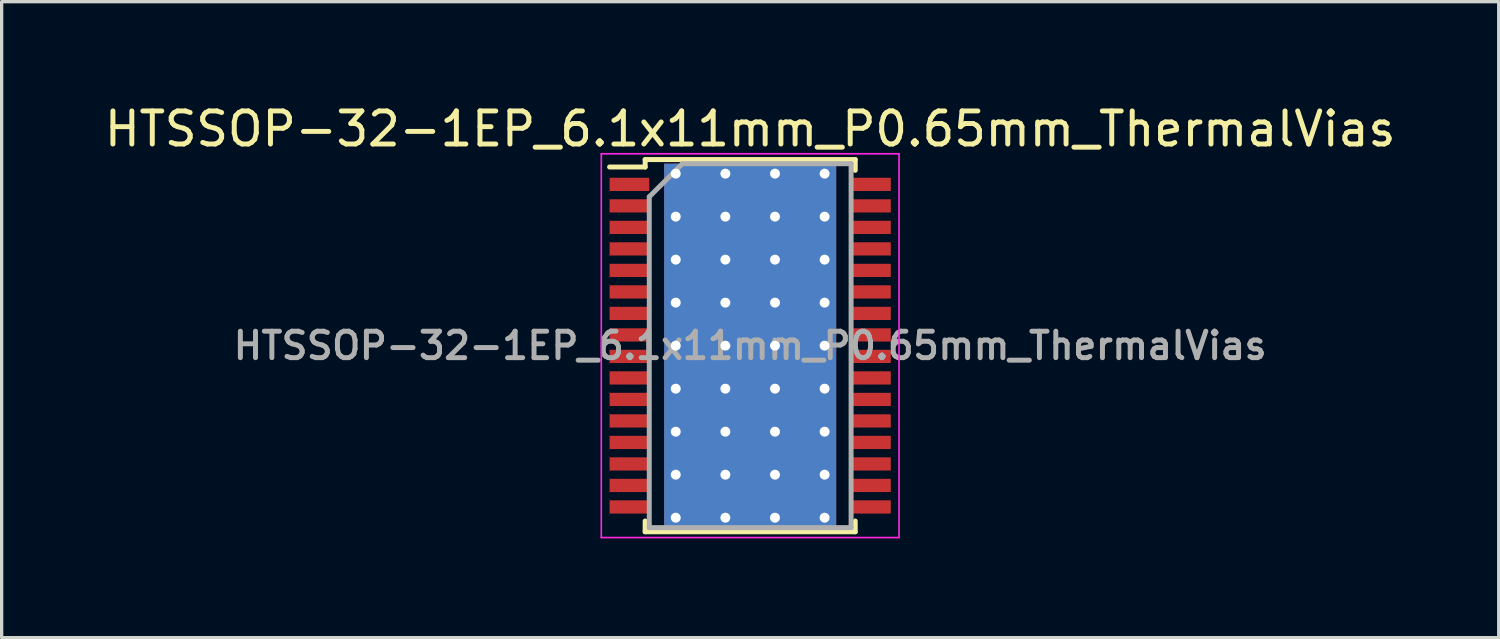
<source format=kicad_pcb>
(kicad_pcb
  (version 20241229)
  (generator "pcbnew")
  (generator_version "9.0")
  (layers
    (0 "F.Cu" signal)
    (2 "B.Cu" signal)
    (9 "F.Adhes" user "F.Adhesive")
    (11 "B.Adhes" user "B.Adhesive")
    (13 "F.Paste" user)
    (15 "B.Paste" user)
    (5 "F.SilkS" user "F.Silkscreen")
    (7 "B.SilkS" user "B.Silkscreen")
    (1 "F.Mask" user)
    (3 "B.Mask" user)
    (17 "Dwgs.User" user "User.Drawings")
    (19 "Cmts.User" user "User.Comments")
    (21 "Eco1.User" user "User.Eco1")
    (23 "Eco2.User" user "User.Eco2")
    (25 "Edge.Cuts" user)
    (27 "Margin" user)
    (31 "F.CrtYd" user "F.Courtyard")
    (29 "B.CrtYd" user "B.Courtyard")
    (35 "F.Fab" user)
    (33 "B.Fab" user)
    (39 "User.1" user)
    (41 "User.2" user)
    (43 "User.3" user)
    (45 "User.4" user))
  (footprint "HTSSOP-32-1EP_6.1x11mm_P0.65mm_ThermalVias"
    (layer "F.Cu")
    (at 19.625 7.398)
    (property "Reference" "HTSSOP-32-1EP_6.1x11mm_P0.65mm_ThermalVias" (at 0 -6.55 0) (layer "F.SilkS") (effects (font (size 1 1) (thickness 0.15))))
    (attr smd)
    (fp_line (start -4.25 -5.4) (end -3.175 -5.4) (stroke (width 0.15) (type solid)) (layer "F.SilkS"))
    (fp_line (start -3.175 -5.625) (end 3.175 -5.625) (stroke (width 0.15) (type solid)) (layer "F.SilkS"))
    (fp_line (start -3.175 -5.4) (end -3.175 -5.625) (stroke (width 0.15) (type solid)) (layer "F.SilkS"))
    (fp_line (start -3.175 5.3) (end -3.175 5.625) (stroke (width 0.15) (type solid)) (layer "F.SilkS"))
    (fp_line (start -3.175 5.625) (end 3.175 5.625) (stroke (width 0.15) (type solid)) (layer "F.SilkS"))
    (fp_line (start 3.175 -5.625) (end 3.175 -5.3) (stroke (width 0.15) (type solid)) (layer "F.SilkS"))
    (fp_line (start 3.175 5.625) (end 3.175 5.3) (stroke (width 0.15) (type solid)) (layer "F.SilkS"))
    (fp_line (start -4.5 -5.8) (end -4.5 5.8) (stroke (width 0.05) (type solid)) (layer "F.CrtYd"))
    (fp_line (start -4.5 5.8) (end 4.5 5.8) (stroke (width 0.05) (type solid)) (layer "F.CrtYd"))
    (fp_line (start 4.5 -5.8) (end -4.5 -5.8) (stroke (width 0.05) (type solid)) (layer "F.CrtYd"))
    (fp_line (start 4.5 5.8) (end 4.5 -5.8) (stroke (width 0.05) (type solid)) (layer "F.CrtYd"))
    (fp_line (start -3.05 -4.5) (end -2.05 -5.5) (stroke (width 0.15) (type solid)) (layer "F.Fab"))
    (fp_line (start -3.05 5.5) (end -3.05 -4.5) (stroke (width 0.15) (type solid)) (layer "F.Fab"))
    (fp_line (start -2.05 -5.5) (end 3.05 -5.5) (stroke (width 0.15) (type solid)) (layer "F.Fab"))
    (fp_line (start 3.05 -5.5) (end 3.05 5.5) (stroke (width 0.15) (type solid)) (layer "F.Fab"))
    (fp_line (start 3.05 5.5) (end -3.05 5.5) (stroke (width 0.15) (type solid)) (layer "F.Fab"))
    (fp_text user "${REFERENCE}" (at 0 0 0) (layer "F.Fab") (effects (font (size 0.8 0.8) (thickness 0.15))))
    (pad "" smd rect (at -1.365 -1.725) (size 0.93 0.55) (layers "F.Paste"))
    (pad "" smd rect (at -1.365 -0.65) (size 0.93 1) (layers "F.Paste"))
    (pad "" smd rect (at -1.365 0.65) (size 0.93 1) (layers "F.Paste"))
    (pad "" smd rect (at -1.365 1.725) (size 0.93 0.55) (layers "F.Paste"))
    (pad "" smd rect (at 0 -1.725) (size 1.2 0.55) (layers "F.Paste"))
    (pad "" smd rect (at 0 -0.65) (size 1.2 1) (layers "F.Paste"))
    (pad "" smd rect (at 0 0) (size 4.11 4.36) (layers "F.Mask"))
    (pad "" smd rect (at 0 0.65) (size 1.2 1) (layers "F.Paste"))
    (pad "" smd rect (at 0 1.725) (size 1.2 0.55) (layers "F.Paste"))
    (pad "" smd rect (at 1.365 -1.725) (size 0.93 0.55) (layers "F.Paste"))
    (pad "" smd rect (at 1.365 -0.65) (size 0.93 1) (layers "F.Paste"))
    (pad "" smd rect (at 1.365 0.65) (size 0.93 1) (layers "F.Paste"))
    (pad "" smd rect (at 1.365 1.725) (size 0.93 0.55) (layers "F.Paste"))
    (pad "1" smd rect (at -3.65 -4.875) (size 1.2 0.4) (layers "F.Cu" "F.Mask" "F.Paste"))
    (pad "2" smd rect (at -3.65 -4.225) (size 1.2 0.4) (layers "F.Cu" "F.Mask" "F.Paste"))
    (pad "3" smd rect (at -3.65 -3.575) (size 1.2 0.4) (layers "F.Cu" "F.Mask" "F.Paste"))
    (pad "4" smd rect (at -3.65 -2.925) (size 1.2 0.4) (layers "F.Cu" "F.Mask" "F.Paste"))
    (pad "5" smd rect (at -3.65 -2.275) (size 1.2 0.4) (layers "F.Cu" "F.Mask" "F.Paste"))
    (pad "6" smd rect (at -3.65 -1.625) (size 1.2 0.4) (layers "F.Cu" "F.Mask" "F.Paste"))
    (pad "7" smd rect (at -3.65 -0.975) (size 1.2 0.4) (layers "F.Cu" "F.Mask" "F.Paste"))
    (pad "8" smd rect (at -3.65 -0.325) (size 1.2 0.4) (layers "F.Cu" "F.Mask" "F.Paste"))
    (pad "9" smd rect (at -3.65 0.325) (size 1.2 0.4) (layers "F.Cu" "F.Mask" "F.Paste"))
    (pad "10" smd rect (at -3.65 0.975) (size 1.2 0.4) (layers "F.Cu" "F.Mask" "F.Paste"))
    (pad "11" smd rect (at -3.65 1.625) (size 1.2 0.4) (layers "F.Cu" "F.Mask" "F.Paste"))
    (pad "12" smd rect (at -3.65 2.275) (size 1.2 0.4) (layers "F.Cu" "F.Mask" "F.Paste"))
    (pad "13" smd rect (at -3.65 2.925) (size 1.2 0.4) (layers "F.Cu" "F.Mask" "F.Paste"))
    (pad "14" smd rect (at -3.65 3.575) (size 1.2 0.4) (layers "F.Cu" "F.Mask" "F.Paste"))
    (pad "15" smd rect (at -3.65 4.225) (size 1.2 0.4) (layers "F.Cu" "F.Mask" "F.Paste"))
    (pad "16" smd rect (at -3.65 4.875) (size 1.2 0.4) (layers "F.Cu" "F.Mask" "F.Paste"))
    (pad "17" smd rect (at 3.65 4.875) (size 1.2 0.4) (layers "F.Cu" "F.Mask" "F.Paste"))
    (pad "18" smd rect (at 3.65 4.225) (size 1.2 0.4) (layers "F.Cu" "F.Mask" "F.Paste"))
    (pad "19" smd rect (at 3.65 3.575) (size 1.2 0.4) (layers "F.Cu" "F.Mask" "F.Paste"))
    (pad "20" smd rect (at 3.65 2.925) (size 1.2 0.4) (layers "F.Cu" "F.Mask" "F.Paste"))
    (pad "21" smd rect (at 3.65 2.275) (size 1.2 0.4) (layers "F.Cu" "F.Mask" "F.Paste"))
    (pad "22" smd rect (at 3.65 1.625) (size 1.2 0.4) (layers "F.Cu" "F.Mask" "F.Paste"))
    (pad "23" smd rect (at 3.65 0.975) (size 1.2 0.4) (layers "F.Cu" "F.Mask" "F.Paste"))
    (pad "24" smd rect (at 3.65 0.325) (size 1.2 0.4) (layers "F.Cu" "F.Mask" "F.Paste"))
    (pad "25" smd rect (at 3.65 -0.325) (size 1.2 0.4) (layers "F.Cu" "F.Mask" "F.Paste"))
    (pad "26" smd rect (at 3.65 -0.975) (size 1.2 0.4) (layers "F.Cu" "F.Mask" "F.Paste"))
    (pad "27" smd rect (at 3.65 -1.625) (size 1.2 0.4) (layers "F.Cu" "F.Mask" "F.Paste"))
    (pad "28" smd rect (at 3.65 -2.275) (size 1.2 0.4) (layers "F.Cu" "F.Mask" "F.Paste"))
    (pad "29" smd rect (at 3.65 -2.925) (size 1.2 0.4) (layers "F.Cu" "F.Mask" "F.Paste"))
    (pad "30" smd rect (at 3.65 -3.575) (size 1.2 0.4) (layers "F.Cu" "F.Mask" "F.Paste"))
    (pad "31" smd rect (at 3.65 -4.225) (size 1.2 0.4) (layers "F.Cu" "F.Mask" "F.Paste"))
    (pad "32" smd rect (at 3.65 -4.875) (size 1.2 0.4) (layers "F.Cu" "F.Mask" "F.Paste"))
    (pad "33" thru_hole circle (at -2.25 -5.2) (size 0.6 0.6) (drill 0.3) (layers "*.Cu"))
    (pad "33" thru_hole circle (at -2.25 -3.9) (size 0.6 0.6) (drill 0.3) (layers "*.Cu"))
    (pad "33" thru_hole circle (at -2.25 -2.6) (size 0.6 0.6) (drill 0.3) (layers "*.Cu"))
    (pad "33" thru_hole circle (at -2.25 -1.3) (size 0.6 0.6) (drill 0.3) (layers "*.Cu"))
    (pad "33" thru_hole circle (at -2.25 0) (size 0.6 0.6) (drill 0.3) (layers "*.Cu"))
    (pad "33" thru_hole circle (at -2.25 1.3) (size 0.6 0.6) (drill 0.3) (layers "*.Cu"))
    (pad "33" thru_hole circle (at -2.25 2.6) (size 0.6 0.6) (drill 0.3) (layers "*.Cu"))
    (pad "33" thru_hole circle (at -2.25 3.9) (size 0.6 0.6) (drill 0.3) (layers "*.Cu"))
    (pad "33" thru_hole circle (at -2.25 5.2) (size 0.6 0.6) (drill 0.3) (layers "*.Cu"))
    (pad "33" thru_hole circle (at -0.75 -5.2) (size 0.6 0.6) (drill 0.3) (layers "*.Cu"))
    (pad "33" thru_hole circle (at -0.75 -3.9) (size 0.6 0.6) (drill 0.3) (layers "*.Cu"))
    (pad "33" thru_hole circle (at -0.75 -2.6) (size 0.6 0.6) (drill 0.3) (layers "*.Cu"))
    (pad "33" thru_hole circle (at -0.75 -1.3) (size 0.6 0.6) (drill 0.3) (layers "*.Cu"))
    (pad "33" thru_hole circle (at -0.75 0) (size 0.6 0.6) (drill 0.3) (layers "*.Cu"))
    (pad "33" thru_hole circle (at -0.75 1.3) (size 0.6 0.6) (drill 0.3) (layers "*.Cu"))
    (pad "33" thru_hole circle (at -0.75 2.6) (size 0.6 0.6) (drill 0.3) (layers "*.Cu"))
    (pad "33" thru_hole circle (at -0.75 3.9) (size 0.6 0.6) (drill 0.3) (layers "*.Cu"))
    (pad "33" thru_hole circle (at -0.75 5.2) (size 0.6 0.6) (drill 0.3) (layers "*.Cu"))
    (pad "33" smd rect (at 0 0) (size 5.2 11) (layers "*.Cu"))
    (pad "33" thru_hole circle (at 0.75 -5.2) (size 0.6 0.6) (drill 0.3) (layers "*.Cu"))
    (pad "33" thru_hole circle (at 0.75 -3.9) (size 0.6 0.6) (drill 0.3) (layers "*.Cu"))
    (pad "33" thru_hole circle (at 0.75 -2.6) (size 0.6 0.6) (drill 0.3) (layers "*.Cu"))
    (pad "33" thru_hole circle (at 0.75 -1.3) (size 0.6 0.6) (drill 0.3) (layers "*.Cu"))
    (pad "33" thru_hole circle (at 0.75 0) (size 0.6 0.6) (drill 0.3) (layers "*.Cu"))
    (pad "33" thru_hole circle (at 0.75 1.3) (size 0.6 0.6) (drill 0.3) (layers "*.Cu"))
    (pad "33" thru_hole circle (at 0.75 2.6) (size 0.6 0.6) (drill 0.3) (layers "*.Cu"))
    (pad "33" thru_hole circle (at 0.75 3.9) (size 0.6 0.6) (drill 0.3) (layers "*.Cu"))
    (pad "33" thru_hole circle (at 0.75 5.2) (size 0.6 0.6) (drill 0.3) (layers "*.Cu"))
    (pad "33" thru_hole circle (at 2.25 -5.2) (size 0.6 0.6) (drill 0.3) (layers "*.Cu"))
    (pad "33" thru_hole circle (at 2.25 -3.9) (size 0.6 0.6) (drill 0.3) (layers "*.Cu"))
    (pad "33" thru_hole circle (at 2.25 -2.6) (size 0.6 0.6) (drill 0.3) (layers "*.Cu"))
    (pad "33" thru_hole circle (at 2.25 -1.3) (size 0.6 0.6) (drill 0.3) (layers "*.Cu"))
    (pad "33" thru_hole circle (at 2.25 0) (size 0.6 0.6) (drill 0.3) (layers "*.Cu"))
    (pad "33" thru_hole circle (at 2.25 1.3) (size 0.6 0.6) (drill 0.3) (layers "*.Cu"))
    (pad "33" thru_hole circle (at 2.25 2.6) (size 0.6 0.6) (drill 0.3) (layers "*.Cu"))
    (pad "33" thru_hole circle (at 2.25 3.9) (size 0.6 0.6) (drill 0.3) (layers "*.Cu"))
    (pad "33" thru_hole circle (at 2.25 5.2) (size 0.6 0.6) (drill 0.3) (layers "*.Cu")))
  (gr_rect
    (start -3 -3)
    (end 42.25 16.223)
    (stroke (width 0.1) (type default))
    (fill no)
    (layer "Edge.Cuts")))
</source>
